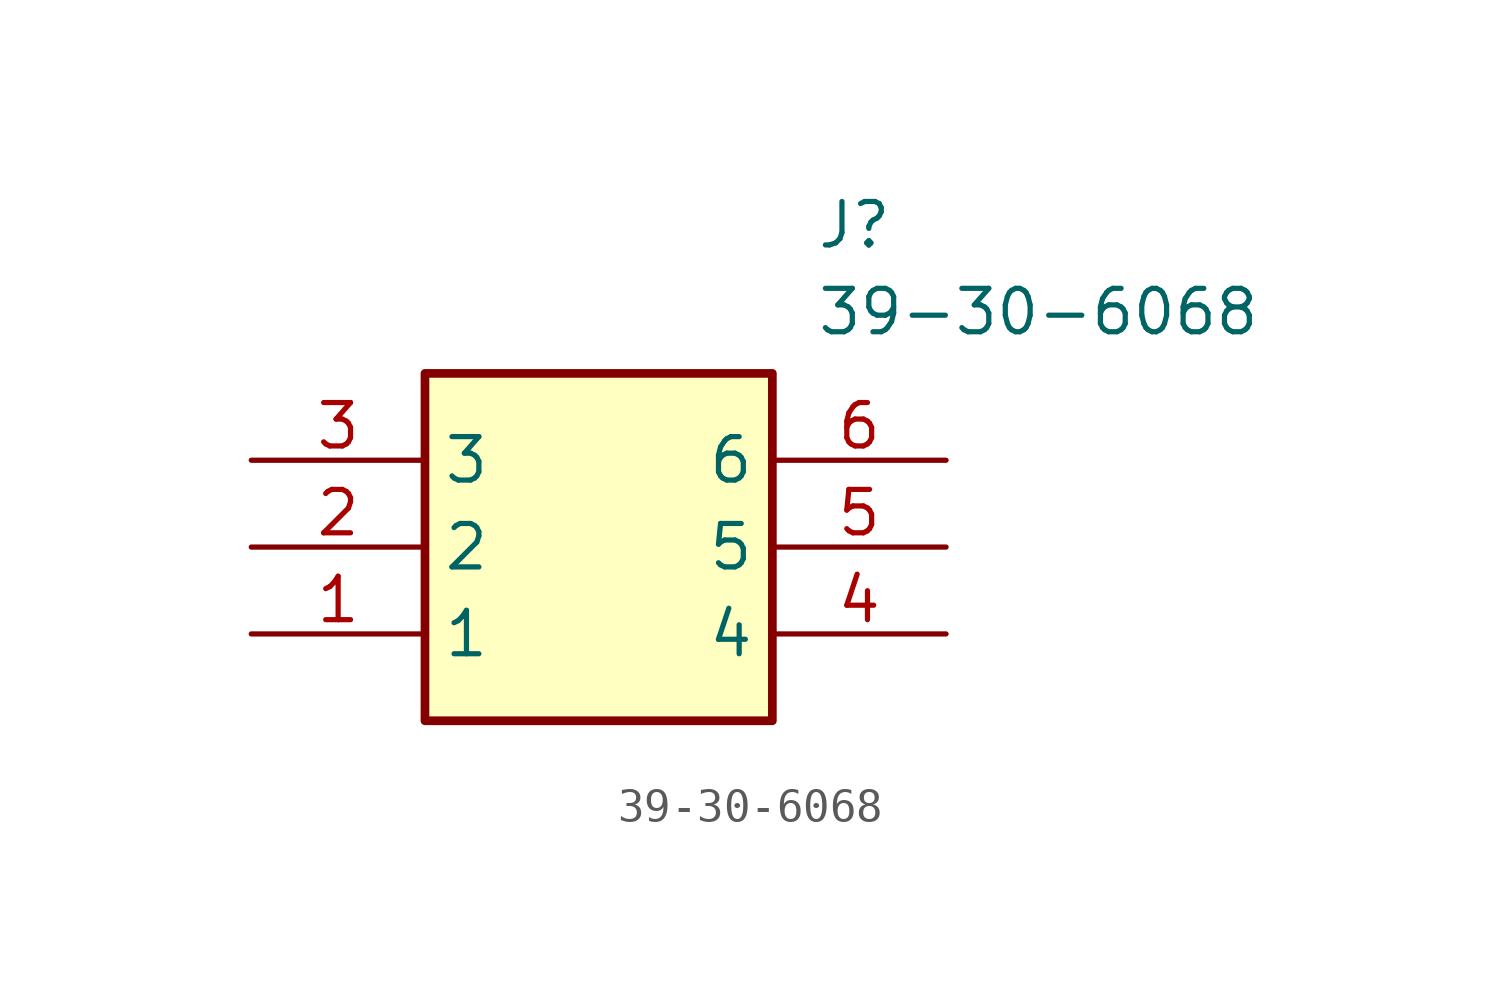
<source format=kicad_sym>
(kicad_symbol_lib
  (version 20211014)
  (generator SamacSys_ECAD_Model)
  (symbol "39-30-6068"
    (property "Reference" "J"
      (at 16.51 7.62 0)
      (effects (font (size 1.27 1.27)) (justify left top)))
    (property "Value" "39-30-6068"
      (at 16.51 5.08 0)
      (effects (font (size 1.27 1.27)) (justify left top)))
    (rectangle
      (start 5.08 2.54)
      (end 15.24 -7.62)
      (stroke (width 0.254) (type default))
      (fill (type background)))
    (pin passive line
      (at 0 -5.08 0)
      (length 5.08)
      (name "1" (effects (font (size 1.27 1.27))))
      (number "1" (effects (font (size 1.27 1.27)))))
    (pin passive line
      (at 0 -2.54 0)
      (length 5.08)
      (name "2" (effects (font (size 1.27 1.27))))
      (number "2" (effects (font (size 1.27 1.27)))))
    (pin passive line
      (at 0 0 0)
      (length 5.08)
      (name "3" (effects (font (size 1.27 1.27))))
      (number "3" (effects (font (size 1.27 1.27)))))
    (pin passive line
      (at 20.32 -5.08 180)
      (length 5.08)
      (name "4" (effects (font (size 1.27 1.27))))
      (number "4" (effects (font (size 1.27 1.27)))))
    (pin passive line
      (at 20.32 -2.54 180)
      (length 5.08)
      (name "5" (effects (font (size 1.27 1.27))))
      (number "5" (effects (font (size 1.27 1.27)))))
    (pin passive line
      (at 20.32 0 180)
      (length 5.08)
      (name "6" (effects (font (size 1.27 1.27))))
      (number "6" (effects (font (size 1.27 1.27)))))))
</source>
